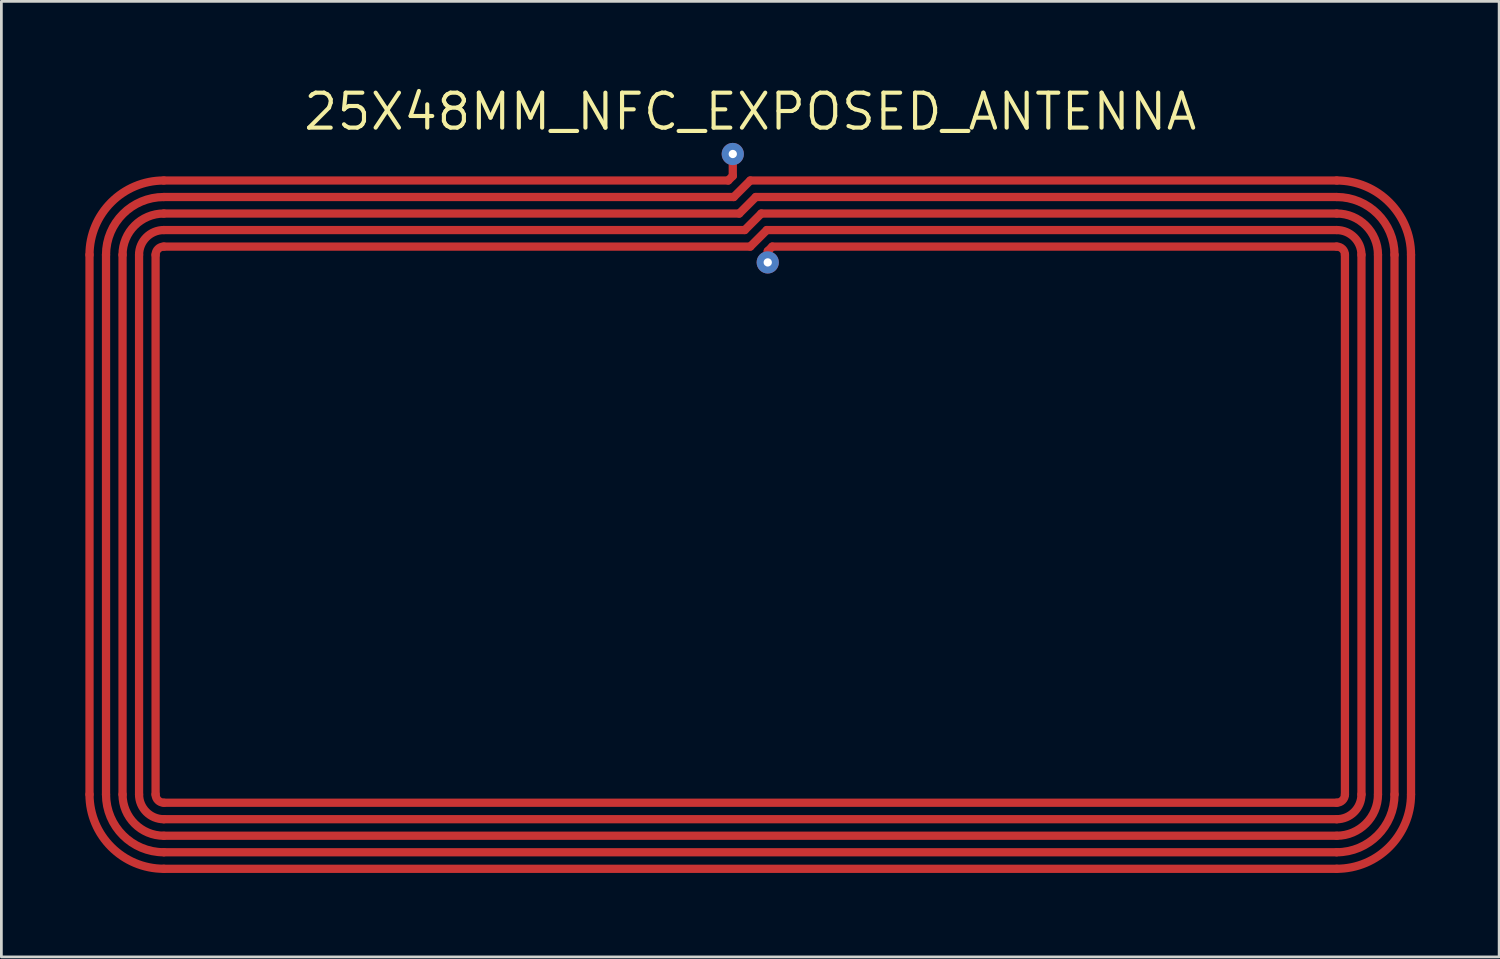
<source format=kicad_pcb>
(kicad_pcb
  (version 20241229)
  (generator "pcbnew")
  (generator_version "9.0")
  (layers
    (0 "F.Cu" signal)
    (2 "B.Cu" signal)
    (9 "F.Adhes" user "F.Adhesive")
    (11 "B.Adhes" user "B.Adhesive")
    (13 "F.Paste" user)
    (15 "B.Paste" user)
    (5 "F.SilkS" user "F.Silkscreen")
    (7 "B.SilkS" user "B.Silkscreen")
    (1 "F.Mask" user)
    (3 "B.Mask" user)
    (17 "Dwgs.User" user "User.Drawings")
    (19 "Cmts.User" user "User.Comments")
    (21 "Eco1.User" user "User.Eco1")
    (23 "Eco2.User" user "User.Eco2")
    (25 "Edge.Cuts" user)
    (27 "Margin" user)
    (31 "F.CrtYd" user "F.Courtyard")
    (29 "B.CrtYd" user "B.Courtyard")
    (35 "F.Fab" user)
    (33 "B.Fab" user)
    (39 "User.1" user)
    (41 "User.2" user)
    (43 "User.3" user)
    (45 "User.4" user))
  (footprint "25X48MM_NFC_EXPOSED_ANTENNA"
    (layer "F.Cu")
    (at 24.201 16.006)
    (property "Reference" "25X48MM_NFC_EXPOSED_ANTENNA" (at 0 -15 0) (layer "F.SilkS") (effects (font (size 1.27 1.27) (thickness 0.15))))
    (fp_line (start -24 -9.8) (end -24 9.8) (stroke (width 0.3) (type default)) (layer "F.Cu"))
    (fp_line (start -23.4 -9.8) (end -23.4 9.8) (stroke (width 0.3) (type default)) (layer "F.Cu"))
    (fp_line (start -22.8 -9.8) (end -22.8 9.8) (stroke (width 0.3) (type default)) (layer "F.Cu"))
    (fp_line (start -22.2 -9.8) (end -22.2 9.8) (stroke (width 0.3) (type default)) (layer "F.Cu"))
    (fp_line (start -21.6 -9.8) (end -21.6 9.8) (stroke (width 0.3) (type default)) (layer "F.Cu"))
    (fp_line (start -21.3 -11.9) (end -0.6 -11.9) (stroke (width 0.3) (type default)) (layer "F.Cu"))
    (fp_line (start -21.3 -11.3) (end -0.4 -11.3) (stroke (width 0.3) (type default)) (layer "F.Cu"))
    (fp_line (start -21.3 -10.7) (end -0.2 -10.7) (stroke (width 0.3) (type default)) (layer "F.Cu"))
    (fp_line (start -21.3 -10.1) (end 0 -10.1) (stroke (width 0.3) (type default)) (layer "F.Cu"))
    (fp_line (start -21.3 10.1) (end 21.3 10.1) (stroke (width 0.3) (type default)) (layer "F.Cu"))
    (fp_line (start -21.3 10.7) (end 21.3 10.7) (stroke (width 0.3) (type default)) (layer "F.Cu"))
    (fp_line (start -21.3 11.3) (end 21.3 11.3) (stroke (width 0.3) (type default)) (layer "F.Cu"))
    (fp_line (start -21.3 11.9) (end 21.3 11.9) (stroke (width 0.3) (type default)) (layer "F.Cu"))
    (fp_line (start -21.3 12.5) (end 21.3 12.5) (stroke (width 0.3) (type default)) (layer "F.Cu"))
    (fp_line (start -0.8 -12.5) (end -21.3 -12.5) (stroke (width 0.3) (type default)) (layer "F.Cu"))
    (fp_line (start -0.635 -13.462) (end -0.635 -13.335) (stroke (width 0.3) (type default)) (layer "F.Cu"))
    (fp_line (start -0.635 -13.335) (end -0.635 -12.665) (stroke (width 0.3) (type default)) (layer "F.Cu"))
    (fp_line (start -0.635 -12.665) (end -0.8 -12.5) (stroke (width 0.3) (type default)) (layer "F.Cu"))
    (fp_line (start -0.6 -11.9) (end 0 -12.5) (stroke (width 0.3) (type default)) (layer "F.Cu"))
    (fp_line (start -0.4 -11.3) (end 0.2 -11.9) (stroke (width 0.3) (type default)) (layer "F.Cu"))
    (fp_line (start -0.2 -10.7) (end 0.4 -11.3) (stroke (width 0.3) (type default)) (layer "F.Cu"))
    (fp_line (start 0 -12.5) (end 21.3 -12.5) (stroke (width 0.3) (type default)) (layer "F.Cu"))
    (fp_line (start 0 -10.1) (end 0.6 -10.7) (stroke (width 0.3) (type default)) (layer "F.Cu"))
    (fp_line (start 0.2 -11.9) (end 21.3 -11.9) (stroke (width 0.3) (type default)) (layer "F.Cu"))
    (fp_line (start 0.4 -11.3) (end 21.3 -11.3) (stroke (width 0.3) (type default)) (layer "F.Cu"))
    (fp_line (start 0.6 -10.7) (end 21.3 -10.7) (stroke (width 0.3) (type default)) (layer "F.Cu"))
    (fp_line (start 0.635 -9.935) (end 0.635 -9.525) (stroke (width 0.3) (type default)) (layer "F.Cu"))
    (fp_line (start 0.8 -10.1) (end 0.635 -9.935) (stroke (width 0.3) (type default)) (layer "F.Cu"))
    (fp_line (start 21.3 -10.1) (end 0.8 -10.1) (stroke (width 0.3) (type default)) (layer "F.Cu"))
    (fp_line (start 21.6 -9.8) (end 21.6 9.8) (stroke (width 0.3) (type default)) (layer "F.Cu"))
    (fp_line (start 22.2 -9.8) (end 22.2 9.8) (stroke (width 0.3) (type default)) (layer "F.Cu"))
    (fp_line (start 22.8 -9.8) (end 22.8 9.8) (stroke (width 0.3) (type default)) (layer "F.Cu"))
    (fp_line (start 23.4 -9.8) (end 23.4 9.8) (stroke (width 0.3) (type default)) (layer "F.Cu"))
    (fp_line (start 24 -9.8) (end 24 9.8) (stroke (width 0.3) (type default)) (layer "F.Cu"))
    (fp_arc (start -24 -9.8001) (mid -23.209159 -11.709359) (end -21.2999 -12.5001) (stroke (width 0.3) (type default)) (layer "F.Cu"))
    (fp_arc (start -23.4 -9.8001) (mid -22.784789 -11.284901) (end -21.2999 -11.8999) (stroke (width 0.3) (type default)) (layer "F.Cu"))
    (fp_arc (start -22.8001 -9.8001) (mid -22.360683 -10.860796) (end -21.2999 -11.3) (stroke (width 0.3) (type default)) (layer "F.Cu"))
    (fp_arc (start -22.1999 -9.8001) (mid -21.936296 -10.436496) (end -21.2999 -10.7) (stroke (width 0.3) (type default)) (layer "F.Cu"))
    (fp_arc (start -21.5999 -9.8001) (mid -21.512032 -10.012232) (end -21.2999 -10.1001) (stroke (width 0.3) (type default)) (layer "F.Cu"))
    (fp_arc (start -21.2999 10.1001) (mid -21.512032 10.012232) (end -21.5999 9.8001) (stroke (width 0.3) (type default)) (layer "F.Cu"))
    (fp_arc (start -21.2999 10.7) (mid -21.936225 10.436425) (end -22.1999 9.8001) (stroke (width 0.3) (type default)) (layer "F.Cu"))
    (fp_arc (start -21.2999 11.3) (mid -22.360683 10.860796) (end -22.8001 9.8001) (stroke (width 0.3) (type default)) (layer "F.Cu"))
    (fp_arc (start -21.2999 11.8999) (mid -22.784789 11.284901) (end -23.4 9.8001) (stroke (width 0.3) (type default)) (layer "F.Cu"))
    (fp_arc (start -21.2999 12.5001) (mid -23.209088 11.709288) (end -24 9.8001) (stroke (width 0.3) (type default)) (layer "F.Cu"))
    (fp_arc (start 21.2999 -12.5001) (mid 23.209088 -11.709288) (end 24 -9.8001) (stroke (width 0.3) (type default)) (layer "F.Cu"))
    (fp_arc (start 21.2999 -11.8999) (mid 22.784789 -11.284901) (end 23.4 -9.8001) (stroke (width 0.3) (type default)) (layer "F.Cu"))
    (fp_arc (start 21.2999 -11.3) (mid 22.360683 -10.860796) (end 22.8001 -9.8001) (stroke (width 0.3) (type default)) (layer "F.Cu"))
    (fp_arc (start 21.2999 -10.7) (mid 21.936225 -10.436425) (end 22.1999 -9.8001) (stroke (width 0.3) (type default)) (layer "F.Cu"))
    (fp_arc (start 21.2999 -10.1001) (mid 21.512032 -10.012232) (end 21.5999 -9.8001) (stroke (width 0.3) (type default)) (layer "F.Cu"))
    (fp_arc (start 21.5999 9.8001) (mid 21.512032 10.012232) (end 21.2999 10.1001) (stroke (width 0.3) (type default)) (layer "F.Cu"))
    (fp_arc (start 22.1999 9.8001) (mid 21.936296 10.436496) (end 21.2999 10.7) (stroke (width 0.3) (type default)) (layer "F.Cu"))
    (fp_arc (start 22.8001 9.8001) (mid 22.360683 10.860796) (end 21.2999 11.3) (stroke (width 0.3) (type default)) (layer "F.Cu"))
    (fp_arc (start 23.4 9.8001) (mid 22.784789 11.284901) (end 21.2999 11.8999) (stroke (width 0.3) (type default)) (layer "F.Cu"))
    (fp_arc (start 24 9.8001) (mid 23.209159 11.709359) (end 21.2999 12.5001) (stroke (width 0.3) (type default)) (layer "F.Cu"))
    (fp_line (start -24 -9.8) (end -24 9.8) (stroke (width 0.402) (type default)) (layer "F.Mask"))
    (fp_line (start -23.4 -9.8) (end -23.4 9.8) (stroke (width 0.402) (type default)) (layer "F.Mask"))
    (fp_line (start -22.8 -9.8) (end -22.8 9.8) (stroke (width 0.402) (type default)) (layer "F.Mask"))
    (fp_line (start -22.2 -9.8) (end -22.2 9.8) (stroke (width 0.402) (type default)) (layer "F.Mask"))
    (fp_line (start -21.6 -9.8) (end -21.6 9.8) (stroke (width 0.402) (type default)) (layer "F.Mask"))
    (fp_line (start -21.3 -11.9) (end -0.6 -11.9) (stroke (width 0.402) (type default)) (layer "F.Mask"))
    (fp_line (start -21.3 -11.3) (end -0.4 -11.3) (stroke (width 0.402) (type default)) (layer "F.Mask"))
    (fp_line (start -21.3 -10.7) (end -0.2 -10.7) (stroke (width 0.402) (type default)) (layer "F.Mask"))
    (fp_line (start -21.3 -10.1) (end 0 -10.1) (stroke (width 0.402) (type default)) (layer "F.Mask"))
    (fp_line (start -21.3 10.1) (end 21.3 10.1) (stroke (width 0.402) (type default)) (layer "F.Mask"))
    (fp_line (start -21.3 10.7) (end 21.3 10.7) (stroke (width 0.402) (type default)) (layer "F.Mask"))
    (fp_line (start -21.3 11.3) (end 21.3 11.3) (stroke (width 0.402) (type default)) (layer "F.Mask"))
    (fp_line (start -21.3 11.9) (end 21.3 11.9) (stroke (width 0.402) (type default)) (layer "F.Mask"))
    (fp_line (start -21.3 12.5) (end 21.3 12.5) (stroke (width 0.402) (type default)) (layer "F.Mask"))
    (fp_line (start -0.8 -12.5) (end -21.3 -12.5) (stroke (width 0.402) (type default)) (layer "F.Mask"))
    (fp_line (start -0.635 -13.335) (end -0.635 -12.665) (stroke (width 0.402) (type default)) (layer "F.Mask"))
    (fp_line (start -0.635 -12.665) (end -0.8 -12.5) (stroke (width 0.402) (type default)) (layer "F.Mask"))
    (fp_line (start -0.6 -11.9) (end 0 -12.5) (stroke (width 0.402) (type default)) (layer "F.Mask"))
    (fp_line (start -0.4 -11.3) (end 0.2 -11.9) (stroke (width 0.402) (type default)) (layer "F.Mask"))
    (fp_line (start -0.2 -10.7) (end 0.4 -11.3) (stroke (width 0.402) (type default)) (layer "F.Mask"))
    (fp_line (start 0 -12.5) (end 21.3 -12.5) (stroke (width 0.402) (type default)) (layer "F.Mask"))
    (fp_line (start 0 -10.1) (end 0.6 -10.7) (stroke (width 0.402) (type default)) (layer "F.Mask"))
    (fp_line (start 0.2 -11.9) (end 21.3 -11.9) (stroke (width 0.402) (type default)) (layer "F.Mask"))
    (fp_line (start 0.4 -11.3) (end 21.3 -11.3) (stroke (width 0.402) (type default)) (layer "F.Mask"))
    (fp_line (start 0.6 -10.7) (end 21.3 -10.7) (stroke (width 0.402) (type default)) (layer "F.Mask"))
    (fp_line (start 0.635 -9.935) (end 0.635 -9.525) (stroke (width 0.402) (type default)) (layer "F.Mask"))
    (fp_line (start 0.8 -10.1) (end 0.635 -9.935) (stroke (width 0.402) (type default)) (layer "F.Mask"))
    (fp_line (start 21.3 -10.1) (end 0.8 -10.1) (stroke (width 0.402) (type default)) (layer "F.Mask"))
    (fp_line (start 21.6 -9.8) (end 21.6 9.8) (stroke (width 0.402) (type default)) (layer "F.Mask"))
    (fp_line (start 22.2 -9.8) (end 22.2 9.8) (stroke (width 0.402) (type default)) (layer "F.Mask"))
    (fp_line (start 22.8 -9.8) (end 22.8 9.8) (stroke (width 0.402) (type default)) (layer "F.Mask"))
    (fp_line (start 23.4 -9.8) (end 23.4 9.8) (stroke (width 0.402) (type default)) (layer "F.Mask"))
    (fp_line (start 24 -9.8) (end 24 9.8) (stroke (width 0.402) (type default)) (layer "F.Mask"))
    (fp_arc (start -24 -9.8001) (mid -23.209159 -11.709359) (end -21.2999 -12.5001) (stroke (width 0.4016) (type default)) (layer "F.Mask"))
    (fp_arc (start -23.4 -9.8001) (mid -22.784789 -11.284901) (end -21.2999 -11.8999) (stroke (width 0.4016) (type default)) (layer "F.Mask"))
    (fp_arc (start -22.8001 -9.8001) (mid -22.360683 -10.860796) (end -21.2999 -11.3) (stroke (width 0.4016) (type default)) (layer "F.Mask"))
    (fp_arc (start -22.1999 -9.8001) (mid -21.936296 -10.436496) (end -21.2999 -10.7) (stroke (width 0.4016) (type default)) (layer "F.Mask"))
    (fp_arc (start -21.5999 -9.8001) (mid -21.512032 -10.012232) (end -21.2999 -10.1001) (stroke (width 0.4016) (type default)) (layer "F.Mask"))
    (fp_arc (start -21.2999 10.1001) (mid -21.512032 10.012232) (end -21.5999 9.8001) (stroke (width 0.4016) (type default)) (layer "F.Mask"))
    (fp_arc (start -21.2999 10.7) (mid -21.936225 10.436425) (end -22.1999 9.8001) (stroke (width 0.4016) (type default)) (layer "F.Mask"))
    (fp_arc (start -21.2999 11.3) (mid -22.360683 10.860796) (end -22.8001 9.8001) (stroke (width 0.4016) (type default)) (layer "F.Mask"))
    (fp_arc (start -21.2999 11.8999) (mid -22.784789 11.284901) (end -23.4 9.8001) (stroke (width 0.4016) (type default)) (layer "F.Mask"))
    (fp_arc (start -21.2999 12.5001) (mid -23.209088 11.709288) (end -24 9.8001) (stroke (width 0.4016) (type default)) (layer "F.Mask"))
    (fp_arc (start 21.2999 -12.5001) (mid 23.209088 -11.709288) (end 24 -9.8001) (stroke (width 0.4016) (type default)) (layer "F.Mask"))
    (fp_arc (start 21.2999 -11.8999) (mid 22.784789 -11.284901) (end 23.4 -9.8001) (stroke (width 0.4016) (type default)) (layer "F.Mask"))
    (fp_arc (start 21.2999 -11.3) (mid 22.360683 -10.860796) (end 22.8001 -9.8001) (stroke (width 0.4016) (type default)) (layer "F.Mask"))
    (fp_arc (start 21.2999 -10.7) (mid 21.936225 -10.436425) (end 22.1999 -9.8001) (stroke (width 0.4016) (type default)) (layer "F.Mask"))
    (fp_arc (start 21.2999 -10.1001) (mid 21.512032 -10.012232) (end 21.5999 -9.8001) (stroke (width 0.4016) (type default)) (layer "F.Mask"))
    (fp_arc (start 21.5999 9.8001) (mid 21.512032 10.012232) (end 21.2999 10.1001) (stroke (width 0.4016) (type default)) (layer "F.Mask"))
    (fp_arc (start 22.1999 9.8001) (mid 21.936296 10.436496) (end 21.2999 10.7) (stroke (width 0.4016) (type default)) (layer "F.Mask"))
    (fp_arc (start 22.8001 9.8001) (mid 22.360683 10.860796) (end 21.2999 11.3) (stroke (width 0.4016) (type default)) (layer "F.Mask"))
    (fp_arc (start 23.4 9.8001) (mid 22.784789 11.284901) (end 21.2999 11.8999) (stroke (width 0.4016) (type default)) (layer "F.Mask"))
    (fp_arc (start 24 9.8001) (mid 23.209159 11.709359) (end 21.2999 12.5001) (stroke (width 0.4016) (type default)) (layer "F.Mask"))
    (pad "1" thru_hole oval (at 0.635 -9.525) (size 0.808 0.808) (drill oval 0.3 0.3) (layers "*.Cu"))
    (pad "2" thru_hole oval (at -0.635 -13.462) (size 0.808 0.808) (drill oval 0.3 0.3) (layers "*.Cu")))
  (gr_rect
    (start -3 -3)
    (end 51.402 31.707)
    (stroke (width 0.1) (type default))
    (fill no)
    (layer "Edge.Cuts")))
</source>
